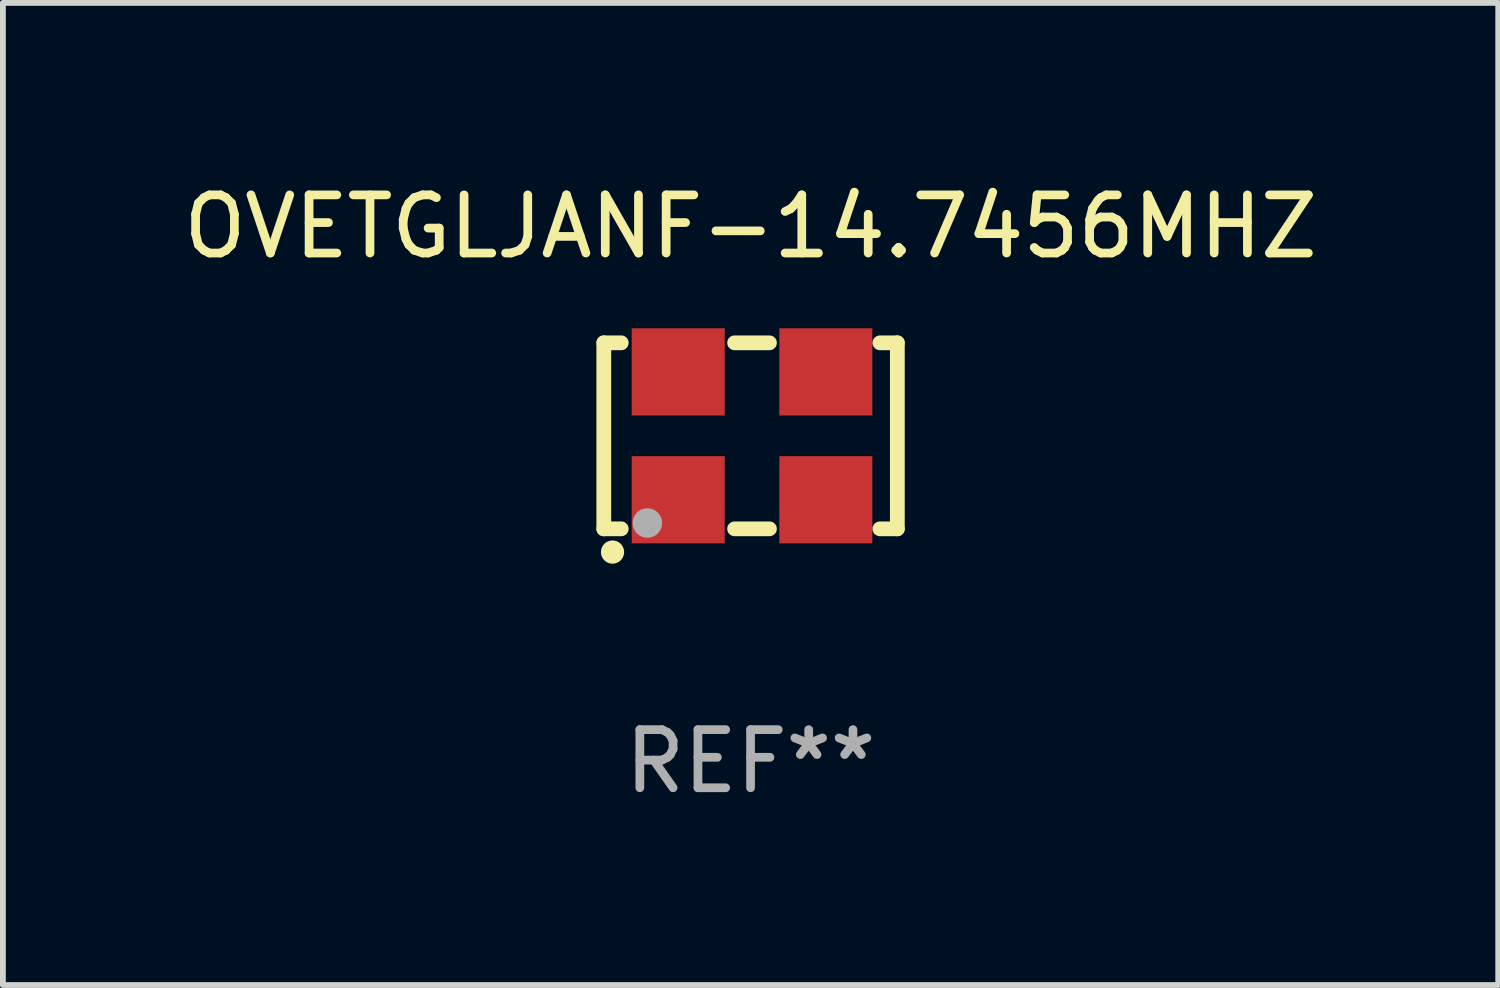
<source format=kicad_pcb>
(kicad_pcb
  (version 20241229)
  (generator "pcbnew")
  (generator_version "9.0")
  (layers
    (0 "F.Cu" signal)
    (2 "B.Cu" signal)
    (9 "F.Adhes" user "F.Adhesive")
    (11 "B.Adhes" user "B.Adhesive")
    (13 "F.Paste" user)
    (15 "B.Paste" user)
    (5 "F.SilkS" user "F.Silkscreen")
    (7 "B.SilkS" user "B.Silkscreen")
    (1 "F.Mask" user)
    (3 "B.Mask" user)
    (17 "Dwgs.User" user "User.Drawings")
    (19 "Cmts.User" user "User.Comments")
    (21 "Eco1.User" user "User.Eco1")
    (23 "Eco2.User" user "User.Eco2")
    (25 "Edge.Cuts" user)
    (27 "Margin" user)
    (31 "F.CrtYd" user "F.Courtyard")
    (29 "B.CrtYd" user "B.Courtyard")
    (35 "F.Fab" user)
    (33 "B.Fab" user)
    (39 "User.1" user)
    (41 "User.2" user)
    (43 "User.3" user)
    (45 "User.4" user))
  (footprint "OVETGLJANF-14.7456MHZ"
    (layer "F.Cu")
    (at 9.863 4.448)
    (property "Reference" "OVETGLJANF-14.7456MHZ" (at 0 -3.6 0) (layer "F.SilkS") (effects (font (size 1 1) (thickness 0.15))))
    (attr through_hole)
    (fp_line (start -2.525 -1.6) (end -2.225 -1.6) (stroke (width 0.254) (type solid)) (layer "F.SilkS"))
    (fp_line (start -2.525 1.6) (end -2.525 -1.6) (stroke (width 0.254) (type solid)) (layer "F.SilkS"))
    (fp_line (start -2.225 1.6) (end -2.525 1.6) (stroke (width 0.254) (type solid)) (layer "F.SilkS"))
    (fp_line (start -0.275 -1.6) (end 0.325 -1.6) (stroke (width 0.254) (type solid)) (layer "F.SilkS"))
    (fp_line (start -0.275 1.6) (end 0.325 1.6) (stroke (width 0.254) (type solid)) (layer "F.SilkS"))
    (fp_line (start 2.225 -1.6) (end 2.525 -1.6) (stroke (width 0.254) (type solid)) (layer "F.SilkS"))
    (fp_line (start 2.525 -1.6) (end 2.525 1.6) (stroke (width 0.254) (type solid)) (layer "F.SilkS"))
    (fp_line (start 2.525 1.6) (end 2.225 1.6) (stroke (width 0.254) (type solid)) (layer "F.SilkS"))
    (fp_circle (center -2.475 1.65) (end -2.445 1.65) (stroke (width 0.06) (type solid)) (fill no) (layer "F.SilkS"))
    (fp_circle (center -2.375 2) (end -2.275 2) (stroke (width 0.2) (type solid)) (fill no) (layer "F.SilkS"))
    (fp_circle (center -1.775 1.5) (end -1.648 1.5) (stroke (width 0.254) (type solid)) (fill no) (layer "F.Fab"))
    (fp_text user "REF**" (at 0 5.6 0) (layer "F.Fab") (effects (font (size 1 1) (thickness 0.15))))
    (pad "1" smd rect (at -1.245 1.1) (size 1.6 1.5) (layers "F.Cu" "F.Mask" "F.Paste"))
    (pad "2" smd rect (at 1.295 1.1) (size 1.6 1.5) (layers "F.Cu" "F.Mask" "F.Paste"))
    (pad "3" smd rect (at 1.295 -1.1 180) (size 1.6 1.5) (layers "F.Cu" "F.Mask" "F.Paste"))
    (pad "4" smd rect (at -1.245 -1.1) (size 1.6 1.5) (layers "F.Cu" "F.Mask" "F.Paste")))
  (gr_rect
    (start -3 -3)
    (end 22.726 13.897)
    (stroke (width 0.1) (type default))
    (fill no)
    (layer "Edge.Cuts")))
</source>
